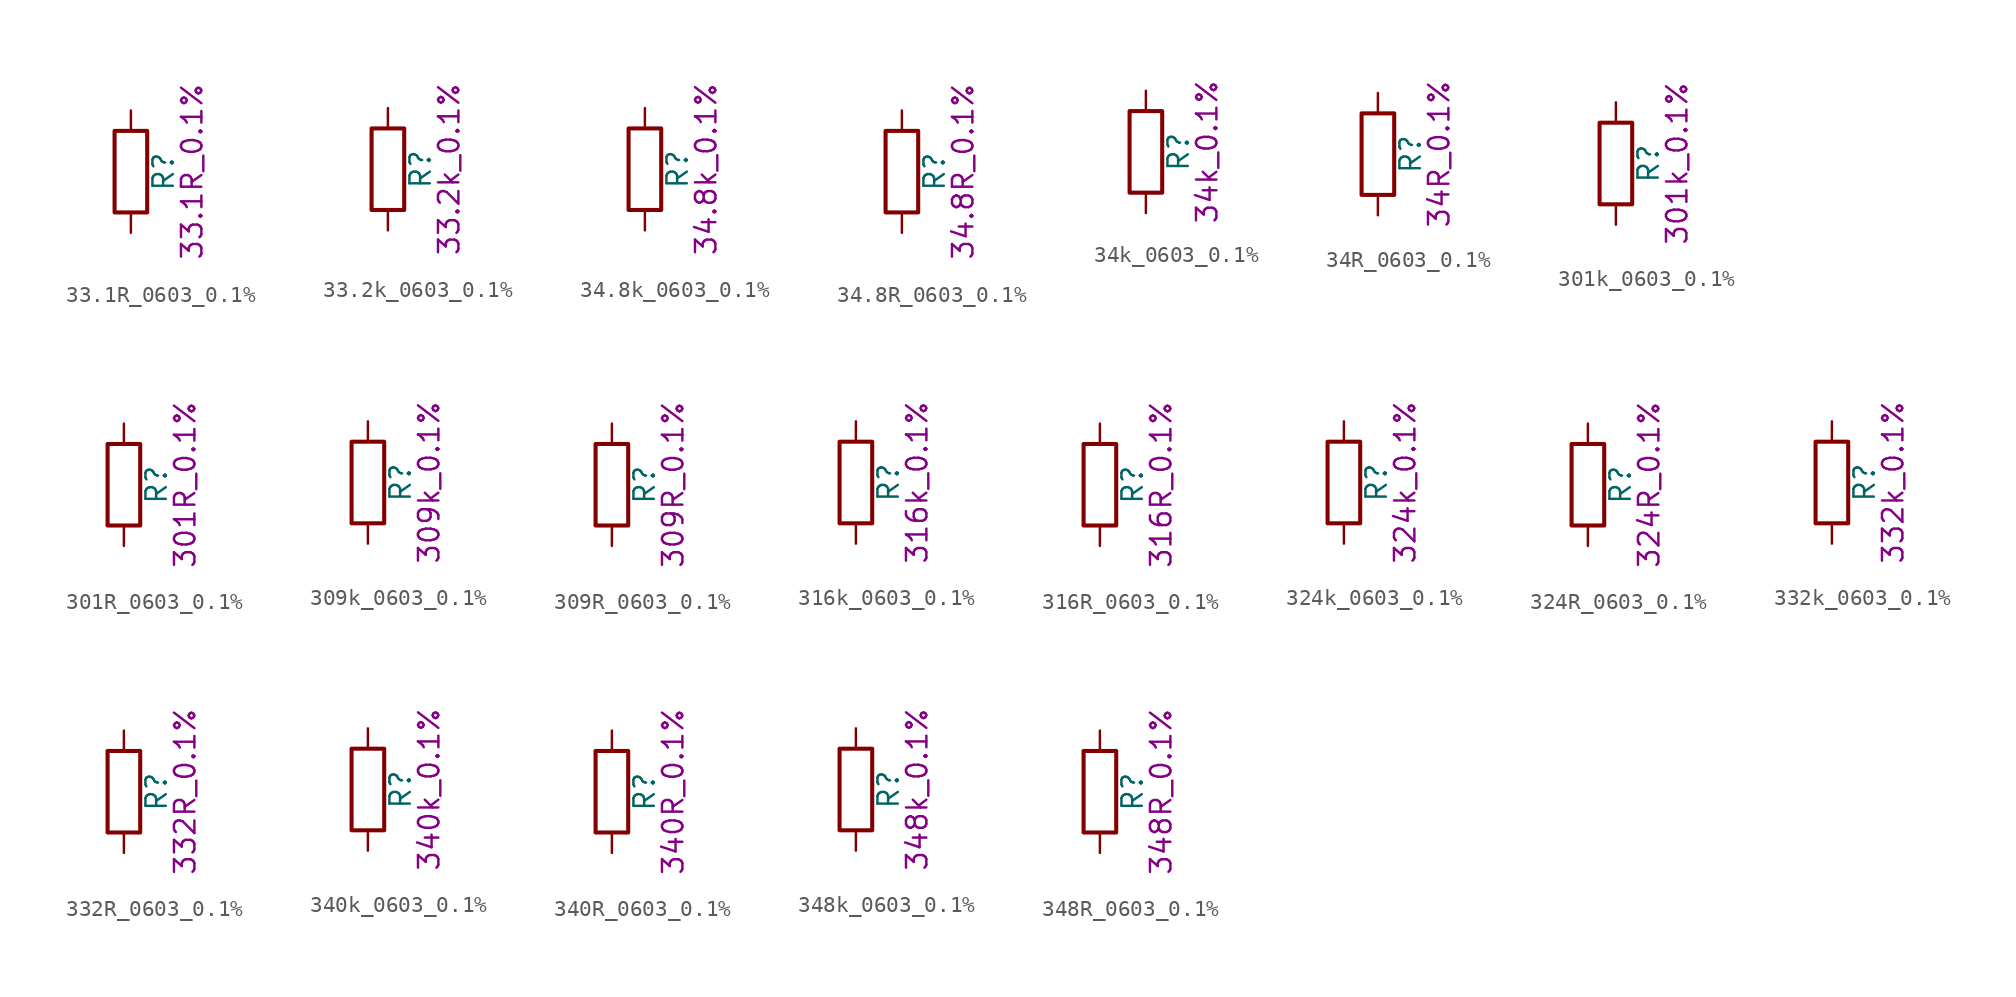
<source format=kicad_sym>
(kicad_symbol_lib
  (version 20211014)
  (generator kicad_symbol_editor)
  (symbol "33.1R_0603_0.1%"
    (pin_numbers hide)
    (pin_names
      (offset 0))
    (property "Reference" "R"
      (at 2.032 0 90)
      (effects (font (size 1.27 1.27))))
    (property "Display" "33.1R_0.1%"
      (at 3.81 0 90)
      (effects (font (size 1.27 1.27))))
    (symbol "33.1R_0603_0.1%_0_1"
      (rectangle (start -1.016 -2.54) (end 1.016 2.54) (stroke (width 0.254) (type default) (color 0 0 0 0)) (fill (type none))))
    (symbol "33.1R_0603_0.1%_1_1"
      (pin passive line (at 0 3.81 270) (length 1.27) (name "~" (effects (font (size 1.27 1.27)))) (number "1" (effects (font (size 1.27 1.27)))))
      (pin passive line (at 0 -3.81 90) (length 1.27) (name "~" (effects (font (size 1.27 1.27)))) (number "2" (effects (font (size 1.27 1.27)))))))
  (symbol "33.2k_0603_0.1%"
    (pin_numbers hide)
    (pin_names
      (offset 0))
    (property "Reference" "R"
      (at 2.032 0 90)
      (effects (font (size 1.27 1.27))))
    (property "Display" "33.2k_0.1%"
      (at 3.81 0 90)
      (effects (font (size 1.27 1.27))))
    (symbol "33.2k_0603_0.1%_0_1"
      (rectangle (start -1.016 -2.54) (end 1.016 2.54) (stroke (width 0.254) (type default) (color 0 0 0 0)) (fill (type none))))
    (symbol "33.2k_0603_0.1%_1_1"
      (pin passive line (at 0 3.81 270) (length 1.27) (name "~" (effects (font (size 1.27 1.27)))) (number "1" (effects (font (size 1.27 1.27)))))
      (pin passive line (at 0 -3.81 90) (length 1.27) (name "~" (effects (font (size 1.27 1.27)))) (number "2" (effects (font (size 1.27 1.27)))))))
  (symbol "34.8k_0603_0.1%"
    (pin_numbers hide)
    (pin_names
      (offset 0))
    (property "Reference" "R"
      (at 2.032 0 90)
      (effects (font (size 1.27 1.27))))
    (property "Display" "34.8k_0.1%"
      (at 3.81 0 90)
      (effects (font (size 1.27 1.27))))
    (symbol "34.8k_0603_0.1%_0_1"
      (rectangle (start -1.016 -2.54) (end 1.016 2.54) (stroke (width 0.254) (type default) (color 0 0 0 0)) (fill (type none))))
    (symbol "34.8k_0603_0.1%_1_1"
      (pin passive line (at 0 3.81 270) (length 1.27) (name "~" (effects (font (size 1.27 1.27)))) (number "1" (effects (font (size 1.27 1.27)))))
      (pin passive line (at 0 -3.81 90) (length 1.27) (name "~" (effects (font (size 1.27 1.27)))) (number "2" (effects (font (size 1.27 1.27)))))))
  (symbol "34.8R_0603_0.1%"
    (pin_numbers hide)
    (pin_names
      (offset 0))
    (property "Reference" "R"
      (at 2.032 0 90)
      (effects (font (size 1.27 1.27))))
    (property "Display" "34.8R_0.1%"
      (at 3.81 0 90)
      (effects (font (size 1.27 1.27))))
    (symbol "34.8R_0603_0.1%_0_1"
      (rectangle (start -1.016 -2.54) (end 1.016 2.54) (stroke (width 0.254) (type default) (color 0 0 0 0)) (fill (type none))))
    (symbol "34.8R_0603_0.1%_1_1"
      (pin passive line (at 0 3.81 270) (length 1.27) (name "~" (effects (font (size 1.27 1.27)))) (number "1" (effects (font (size 1.27 1.27)))))
      (pin passive line (at 0 -3.81 90) (length 1.27) (name "~" (effects (font (size 1.27 1.27)))) (number "2" (effects (font (size 1.27 1.27)))))))
  (symbol "34k_0603_0.1%"
    (pin_numbers hide)
    (pin_names
      (offset 0))
    (property "Reference" "R"
      (at 2.032 0 90)
      (effects (font (size 1.27 1.27))))
    (property "Display" "34k_0.1%"
      (at 3.81 0 90)
      (effects (font (size 1.27 1.27))))
    (symbol "34k_0603_0.1%_0_1"
      (rectangle (start -1.016 -2.54) (end 1.016 2.54) (stroke (width 0.254) (type default) (color 0 0 0 0)) (fill (type none))))
    (symbol "34k_0603_0.1%_1_1"
      (pin passive line (at 0 3.81 270) (length 1.27) (name "~" (effects (font (size 1.27 1.27)))) (number "1" (effects (font (size 1.27 1.27)))))
      (pin passive line (at 0 -3.81 90) (length 1.27) (name "~" (effects (font (size 1.27 1.27)))) (number "2" (effects (font (size 1.27 1.27)))))))
  (symbol "34R_0603_0.1%"
    (pin_numbers hide)
    (pin_names
      (offset 0))
    (property "Reference" "R"
      (at 2.032 0 90)
      (effects (font (size 1.27 1.27))))
    (property "Display" "34R_0.1%"
      (at 3.81 0 90)
      (effects (font (size 1.27 1.27))))
    (symbol "34R_0603_0.1%_0_1"
      (rectangle (start -1.016 -2.54) (end 1.016 2.54) (stroke (width 0.254) (type default) (color 0 0 0 0)) (fill (type none))))
    (symbol "34R_0603_0.1%_1_1"
      (pin passive line (at 0 3.81 270) (length 1.27) (name "~" (effects (font (size 1.27 1.27)))) (number "1" (effects (font (size 1.27 1.27)))))
      (pin passive line (at 0 -3.81 90) (length 1.27) (name "~" (effects (font (size 1.27 1.27)))) (number "2" (effects (font (size 1.27 1.27)))))))
  (symbol "301k_0603_0.1%"
    (pin_numbers hide)
    (pin_names
      (offset 0))
    (property "Reference" "R"
      (at 2.032 0 90)
      (effects (font (size 1.27 1.27))))
    (property "Display" "301k_0.1%"
      (at 3.81 0 90)
      (effects (font (size 1.27 1.27))))
    (symbol "301k_0603_0.1%_0_1"
      (rectangle (start -1.016 -2.54) (end 1.016 2.54) (stroke (width 0.254) (type default) (color 0 0 0 0)) (fill (type none))))
    (symbol "301k_0603_0.1%_1_1"
      (pin passive line (at 0 3.81 270) (length 1.27) (name "~" (effects (font (size 1.27 1.27)))) (number "1" (effects (font (size 1.27 1.27)))))
      (pin passive line (at 0 -3.81 90) (length 1.27) (name "~" (effects (font (size 1.27 1.27)))) (number "2" (effects (font (size 1.27 1.27)))))))
  (symbol "301R_0603_0.1%"
    (pin_numbers hide)
    (pin_names
      (offset 0))
    (property "Reference" "R"
      (at 2.032 0 90)
      (effects (font (size 1.27 1.27))))
    (property "Display" "301R_0.1%"
      (at 3.81 0 90)
      (effects (font (size 1.27 1.27))))
    (symbol "301R_0603_0.1%_0_1"
      (rectangle (start -1.016 -2.54) (end 1.016 2.54) (stroke (width 0.254) (type default) (color 0 0 0 0)) (fill (type none))))
    (symbol "301R_0603_0.1%_1_1"
      (pin passive line (at 0 3.81 270) (length 1.27) (name "~" (effects (font (size 1.27 1.27)))) (number "1" (effects (font (size 1.27 1.27)))))
      (pin passive line (at 0 -3.81 90) (length 1.27) (name "~" (effects (font (size 1.27 1.27)))) (number "2" (effects (font (size 1.27 1.27)))))))
  (symbol "309k_0603_0.1%"
    (pin_numbers hide)
    (pin_names
      (offset 0))
    (property "Reference" "R"
      (at 2.032 0 90)
      (effects (font (size 1.27 1.27))))
    (property "Display" "309k_0.1%"
      (at 3.81 0 90)
      (effects (font (size 1.27 1.27))))
    (symbol "309k_0603_0.1%_0_1"
      (rectangle (start -1.016 -2.54) (end 1.016 2.54) (stroke (width 0.254) (type default) (color 0 0 0 0)) (fill (type none))))
    (symbol "309k_0603_0.1%_1_1"
      (pin passive line (at 0 3.81 270) (length 1.27) (name "~" (effects (font (size 1.27 1.27)))) (number "1" (effects (font (size 1.27 1.27)))))
      (pin passive line (at 0 -3.81 90) (length 1.27) (name "~" (effects (font (size 1.27 1.27)))) (number "2" (effects (font (size 1.27 1.27)))))))
  (symbol "309R_0603_0.1%"
    (pin_numbers hide)
    (pin_names
      (offset 0))
    (property "Reference" "R"
      (at 2.032 0 90)
      (effects (font (size 1.27 1.27))))
    (property "Display" "309R_0.1%"
      (at 3.81 0 90)
      (effects (font (size 1.27 1.27))))
    (symbol "309R_0603_0.1%_0_1"
      (rectangle (start -1.016 -2.54) (end 1.016 2.54) (stroke (width 0.254) (type default) (color 0 0 0 0)) (fill (type none))))
    (symbol "309R_0603_0.1%_1_1"
      (pin passive line (at 0 3.81 270) (length 1.27) (name "~" (effects (font (size 1.27 1.27)))) (number "1" (effects (font (size 1.27 1.27)))))
      (pin passive line (at 0 -3.81 90) (length 1.27) (name "~" (effects (font (size 1.27 1.27)))) (number "2" (effects (font (size 1.27 1.27)))))))
  (symbol "316k_0603_0.1%"
    (pin_numbers hide)
    (pin_names
      (offset 0))
    (property "Reference" "R"
      (at 2.032 0 90)
      (effects (font (size 1.27 1.27))))
    (property "Display" "316k_0.1%"
      (at 3.81 0 90)
      (effects (font (size 1.27 1.27))))
    (symbol "316k_0603_0.1%_0_1"
      (rectangle (start -1.016 -2.54) (end 1.016 2.54) (stroke (width 0.254) (type default) (color 0 0 0 0)) (fill (type none))))
    (symbol "316k_0603_0.1%_1_1"
      (pin passive line (at 0 3.81 270) (length 1.27) (name "~" (effects (font (size 1.27 1.27)))) (number "1" (effects (font (size 1.27 1.27)))))
      (pin passive line (at 0 -3.81 90) (length 1.27) (name "~" (effects (font (size 1.27 1.27)))) (number "2" (effects (font (size 1.27 1.27)))))))
  (symbol "316R_0603_0.1%"
    (pin_numbers hide)
    (pin_names
      (offset 0))
    (property "Reference" "R"
      (at 2.032 0 90)
      (effects (font (size 1.27 1.27))))
    (property "Display" "316R_0.1%"
      (at 3.81 0 90)
      (effects (font (size 1.27 1.27))))
    (symbol "316R_0603_0.1%_0_1"
      (rectangle (start -1.016 -2.54) (end 1.016 2.54) (stroke (width 0.254) (type default) (color 0 0 0 0)) (fill (type none))))
    (symbol "316R_0603_0.1%_1_1"
      (pin passive line (at 0 3.81 270) (length 1.27) (name "~" (effects (font (size 1.27 1.27)))) (number "1" (effects (font (size 1.27 1.27)))))
      (pin passive line (at 0 -3.81 90) (length 1.27) (name "~" (effects (font (size 1.27 1.27)))) (number "2" (effects (font (size 1.27 1.27)))))))
  (symbol "324k_0603_0.1%"
    (pin_numbers hide)
    (pin_names
      (offset 0))
    (property "Reference" "R"
      (at 2.032 0 90)
      (effects (font (size 1.27 1.27))))
    (property "Display" "324k_0.1%"
      (at 3.81 0 90)
      (effects (font (size 1.27 1.27))))
    (symbol "324k_0603_0.1%_0_1"
      (rectangle (start -1.016 -2.54) (end 1.016 2.54) (stroke (width 0.254) (type default) (color 0 0 0 0)) (fill (type none))))
    (symbol "324k_0603_0.1%_1_1"
      (pin passive line (at 0 3.81 270) (length 1.27) (name "~" (effects (font (size 1.27 1.27)))) (number "1" (effects (font (size 1.27 1.27)))))
      (pin passive line (at 0 -3.81 90) (length 1.27) (name "~" (effects (font (size 1.27 1.27)))) (number "2" (effects (font (size 1.27 1.27)))))))
  (symbol "324R_0603_0.1%"
    (pin_numbers hide)
    (pin_names
      (offset 0))
    (property "Reference" "R"
      (at 2.032 0 90)
      (effects (font (size 1.27 1.27))))
    (property "Display" "324R_0.1%"
      (at 3.81 0 90)
      (effects (font (size 1.27 1.27))))
    (symbol "324R_0603_0.1%_0_1"
      (rectangle (start -1.016 -2.54) (end 1.016 2.54) (stroke (width 0.254) (type default) (color 0 0 0 0)) (fill (type none))))
    (symbol "324R_0603_0.1%_1_1"
      (pin passive line (at 0 3.81 270) (length 1.27) (name "~" (effects (font (size 1.27 1.27)))) (number "1" (effects (font (size 1.27 1.27)))))
      (pin passive line (at 0 -3.81 90) (length 1.27) (name "~" (effects (font (size 1.27 1.27)))) (number "2" (effects (font (size 1.27 1.27)))))))
  (symbol "332k_0603_0.1%"
    (pin_numbers hide)
    (pin_names
      (offset 0))
    (property "Reference" "R"
      (at 2.032 0 90)
      (effects (font (size 1.27 1.27))))
    (property "Display" "332k_0.1%"
      (at 3.81 0 90)
      (effects (font (size 1.27 1.27))))
    (symbol "332k_0603_0.1%_0_1"
      (rectangle (start -1.016 -2.54) (end 1.016 2.54) (stroke (width 0.254) (type default) (color 0 0 0 0)) (fill (type none))))
    (symbol "332k_0603_0.1%_1_1"
      (pin passive line (at 0 3.81 270) (length 1.27) (name "~" (effects (font (size 1.27 1.27)))) (number "1" (effects (font (size 1.27 1.27)))))
      (pin passive line (at 0 -3.81 90) (length 1.27) (name "~" (effects (font (size 1.27 1.27)))) (number "2" (effects (font (size 1.27 1.27)))))))
  (symbol "332R_0603_0.1%"
    (pin_numbers hide)
    (pin_names
      (offset 0))
    (property "Reference" "R"
      (at 2.032 0 90)
      (effects (font (size 1.27 1.27))))
    (property "Display" "332R_0.1%"
      (at 3.81 0 90)
      (effects (font (size 1.27 1.27))))
    (symbol "332R_0603_0.1%_0_1"
      (rectangle (start -1.016 -2.54) (end 1.016 2.54) (stroke (width 0.254) (type default) (color 0 0 0 0)) (fill (type none))))
    (symbol "332R_0603_0.1%_1_1"
      (pin passive line (at 0 3.81 270) (length 1.27) (name "~" (effects (font (size 1.27 1.27)))) (number "1" (effects (font (size 1.27 1.27)))))
      (pin passive line (at 0 -3.81 90) (length 1.27) (name "~" (effects (font (size 1.27 1.27)))) (number "2" (effects (font (size 1.27 1.27)))))))
  (symbol "340k_0603_0.1%"
    (pin_numbers hide)
    (pin_names
      (offset 0))
    (property "Reference" "R"
      (at 2.032 0 90)
      (effects (font (size 1.27 1.27))))
    (property "Display" "340k_0.1%"
      (at 3.81 0 90)
      (effects (font (size 1.27 1.27))))
    (symbol "340k_0603_0.1%_0_1"
      (rectangle (start -1.016 -2.54) (end 1.016 2.54) (stroke (width 0.254) (type default) (color 0 0 0 0)) (fill (type none))))
    (symbol "340k_0603_0.1%_1_1"
      (pin passive line (at 0 3.81 270) (length 1.27) (name "~" (effects (font (size 1.27 1.27)))) (number "1" (effects (font (size 1.27 1.27)))))
      (pin passive line (at 0 -3.81 90) (length 1.27) (name "~" (effects (font (size 1.27 1.27)))) (number "2" (effects (font (size 1.27 1.27)))))))
  (symbol "340R_0603_0.1%"
    (pin_numbers hide)
    (pin_names
      (offset 0))
    (property "Reference" "R"
      (at 2.032 0 90)
      (effects (font (size 1.27 1.27))))
    (property "Display" "340R_0.1%"
      (at 3.81 0 90)
      (effects (font (size 1.27 1.27))))
    (symbol "340R_0603_0.1%_0_1"
      (rectangle (start -1.016 -2.54) (end 1.016 2.54) (stroke (width 0.254) (type default) (color 0 0 0 0)) (fill (type none))))
    (symbol "340R_0603_0.1%_1_1"
      (pin passive line (at 0 3.81 270) (length 1.27) (name "~" (effects (font (size 1.27 1.27)))) (number "1" (effects (font (size 1.27 1.27)))))
      (pin passive line (at 0 -3.81 90) (length 1.27) (name "~" (effects (font (size 1.27 1.27)))) (number "2" (effects (font (size 1.27 1.27)))))))
  (symbol "348k_0603_0.1%"
    (pin_numbers hide)
    (pin_names
      (offset 0))
    (property "Reference" "R"
      (at 2.032 0 90)
      (effects (font (size 1.27 1.27))))
    (property "Display" "348k_0.1%"
      (at 3.81 0 90)
      (effects (font (size 1.27 1.27))))
    (symbol "348k_0603_0.1%_0_1"
      (rectangle (start -1.016 -2.54) (end 1.016 2.54) (stroke (width 0.254) (type default) (color 0 0 0 0)) (fill (type none))))
    (symbol "348k_0603_0.1%_1_1"
      (pin passive line (at 0 3.81 270) (length 1.27) (name "~" (effects (font (size 1.27 1.27)))) (number "1" (effects (font (size 1.27 1.27)))))
      (pin passive line (at 0 -3.81 90) (length 1.27) (name "~" (effects (font (size 1.27 1.27)))) (number "2" (effects (font (size 1.27 1.27)))))))
  (symbol "348R_0603_0.1%"
    (pin_numbers hide)
    (pin_names
      (offset 0))
    (property "Reference" "R"
      (at 2.032 0 90)
      (effects (font (size 1.27 1.27))))
    (property "Display" "348R_0.1%"
      (at 3.81 0 90)
      (effects (font (size 1.27 1.27))))
    (symbol "348R_0603_0.1%_0_1"
      (rectangle (start -1.016 -2.54) (end 1.016 2.54) (stroke (width 0.254) (type default) (color 0 0 0 0)) (fill (type none))))
    (symbol "348R_0603_0.1%_1_1"
      (pin passive line (at 0 3.81 270) (length 1.27) (name "~" (effects (font (size 1.27 1.27)))) (number "1" (effects (font (size 1.27 1.27)))))
      (pin passive line (at 0 -3.81 90) (length 1.27) (name "~" (effects (font (size 1.27 1.27)))) (number "2" (effects (font (size 1.27 1.27))))))))
</source>
